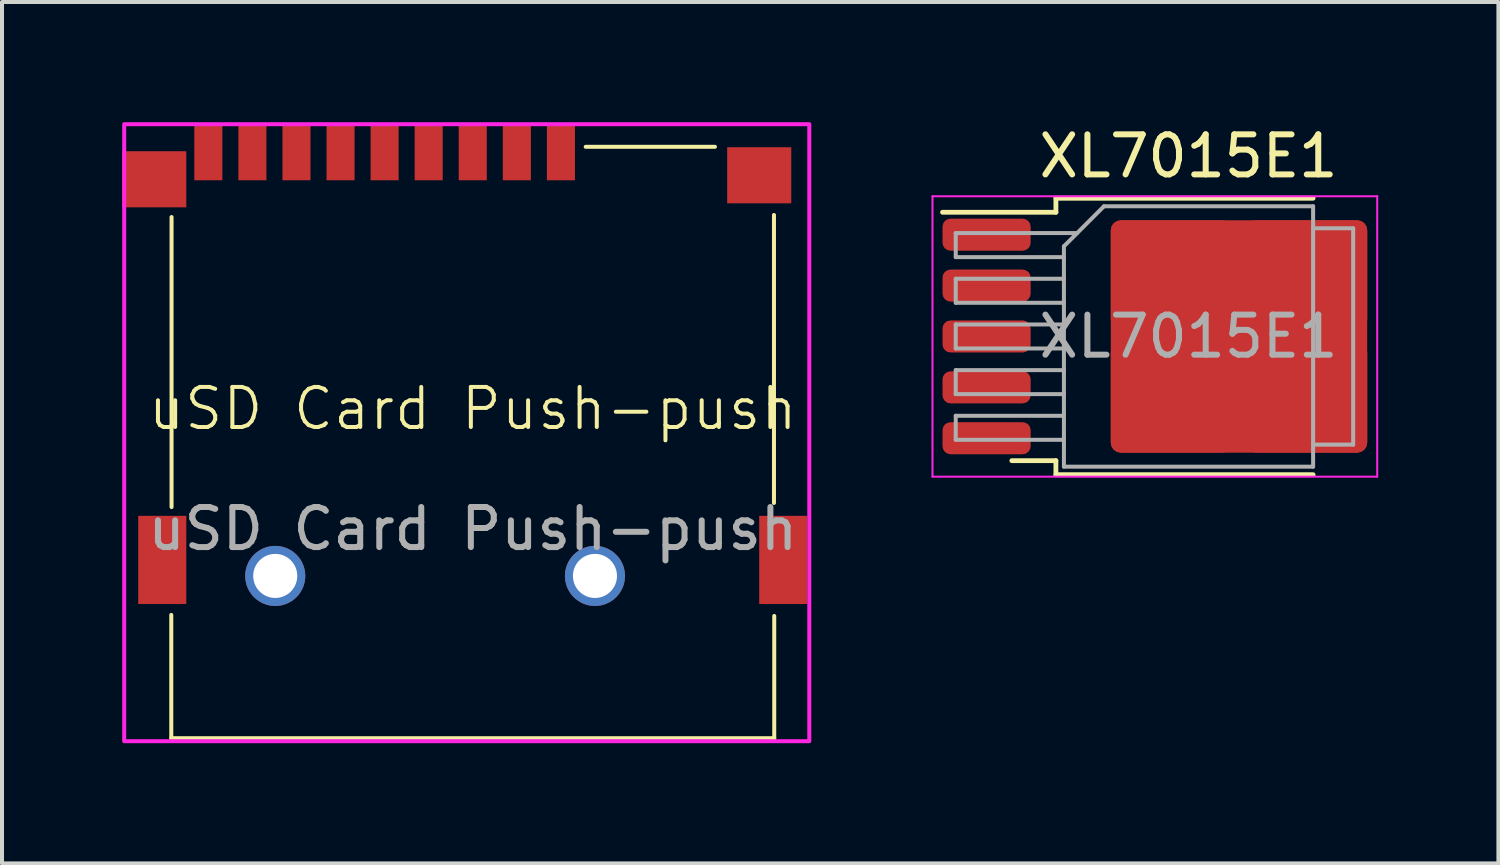
<source format=kicad_pcb>
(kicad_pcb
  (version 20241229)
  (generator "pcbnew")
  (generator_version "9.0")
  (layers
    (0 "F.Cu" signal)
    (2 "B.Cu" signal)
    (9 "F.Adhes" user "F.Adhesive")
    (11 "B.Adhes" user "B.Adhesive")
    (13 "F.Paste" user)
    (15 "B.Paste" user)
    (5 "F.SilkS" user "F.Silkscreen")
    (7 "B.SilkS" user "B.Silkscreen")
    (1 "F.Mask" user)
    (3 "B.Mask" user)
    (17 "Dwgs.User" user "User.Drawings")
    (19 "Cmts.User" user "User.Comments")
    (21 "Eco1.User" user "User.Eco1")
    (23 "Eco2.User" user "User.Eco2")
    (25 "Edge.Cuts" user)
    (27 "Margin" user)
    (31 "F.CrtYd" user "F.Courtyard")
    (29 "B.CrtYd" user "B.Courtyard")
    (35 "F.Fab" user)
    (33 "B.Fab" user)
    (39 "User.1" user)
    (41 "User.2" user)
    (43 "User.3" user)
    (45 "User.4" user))
  (footprint "XL7015E1"
    (layer "F.Cu")
    (at 26.615 5.348)
    (property "Reference" "XL7015E1" (at 0 -4.5 0) (layer "F.SilkS") (effects (font (size 1 1) (thickness 0.15))))
    (attr smd)
    (fp_line (start -3.31 -3.45) (end -3.31 -3.1) (stroke (width 0.12) (type solid)) (layer "F.SilkS"))
    (fp_line (start -3.31 -3.1) (end -6.14 -3.1) (stroke (width 0.12) (type solid)) (layer "F.SilkS"))
    (fp_line (start -3.31 3.1) (end -4.41 3.1) (stroke (width 0.12) (type solid)) (layer "F.SilkS"))
    (fp_line (start -3.31 3.45) (end -3.31 3.1) (stroke (width 0.12) (type solid)) (layer "F.SilkS"))
    (fp_line (start 3.11 -3.45) (end -3.31 -3.45) (stroke (width 0.12) (type solid)) (layer "F.SilkS"))
    (fp_line (start 3.11 3.45) (end -3.31 3.45) (stroke (width 0.12) (type solid)) (layer "F.SilkS"))
    (fp_line (start -6.39 -3.5) (end -6.39 3.5) (stroke (width 0.05) (type solid)) (layer "F.CrtYd"))
    (fp_line (start -6.39 3.5) (end 4.71 3.5) (stroke (width 0.05) (type solid)) (layer "F.CrtYd"))
    (fp_line (start 4.71 -3.5) (end -6.39 -3.5) (stroke (width 0.05) (type solid)) (layer "F.CrtYd"))
    (fp_line (start 4.71 3.5) (end 4.71 -3.5) (stroke (width 0.05) (type solid)) (layer "F.CrtYd"))
    (fp_line (start -5.81 -2.58) (end -5.81 -1.98) (stroke (width 0.1) (type solid)) (layer "F.Fab"))
    (fp_line (start -5.81 -1.98) (end -3.11 -1.98) (stroke (width 0.1) (type solid)) (layer "F.Fab"))
    (fp_line (start -5.81 -1.44) (end -5.81 -0.84) (stroke (width 0.1) (type solid)) (layer "F.Fab"))
    (fp_line (start -5.81 -0.84) (end -3.11 -0.84) (stroke (width 0.1) (type solid)) (layer "F.Fab"))
    (fp_line (start -5.81 -0.3) (end -5.81 0.3) (stroke (width 0.1) (type solid)) (layer "F.Fab"))
    (fp_line (start -5.81 0.3) (end -3.11 0.3) (stroke (width 0.1) (type solid)) (layer "F.Fab"))
    (fp_line (start -5.81 0.84) (end -5.81 1.44) (stroke (width 0.1) (type solid)) (layer "F.Fab"))
    (fp_line (start -5.81 1.44) (end -3.11 1.44) (stroke (width 0.1) (type solid)) (layer "F.Fab"))
    (fp_line (start -5.81 1.98) (end -5.81 2.58) (stroke (width 0.1) (type solid)) (layer "F.Fab"))
    (fp_line (start -5.81 2.58) (end -3.11 2.58) (stroke (width 0.1) (type solid)) (layer "F.Fab"))
    (fp_line (start -3.11 -2.25) (end -2.11 -3.25) (stroke (width 0.1) (type solid)) (layer "F.Fab"))
    (fp_line (start -3.11 -1.44) (end -5.81 -1.44) (stroke (width 0.1) (type solid)) (layer "F.Fab"))
    (fp_line (start -3.11 -0.3) (end -5.81 -0.3) (stroke (width 0.1) (type solid)) (layer "F.Fab"))
    (fp_line (start -3.11 0.84) (end -5.81 0.84) (stroke (width 0.1) (type solid)) (layer "F.Fab"))
    (fp_line (start -3.11 1.98) (end -5.81 1.98) (stroke (width 0.1) (type solid)) (layer "F.Fab"))
    (fp_line (start -3.11 3.25) (end -3.11 -2.25) (stroke (width 0.1) (type solid)) (layer "F.Fab"))
    (fp_line (start -2.78 -2.58) (end -5.81 -2.58) (stroke (width 0.1) (type solid)) (layer "F.Fab"))
    (fp_line (start -2.11 -3.25) (end 3.11 -3.25) (stroke (width 0.1) (type solid)) (layer "F.Fab"))
    (fp_line (start 3.11 -3.25) (end 3.11 3.25) (stroke (width 0.1) (type solid)) (layer "F.Fab"))
    (fp_line (start 3.11 -2.7) (end 4.11 -2.7) (stroke (width 0.1) (type solid)) (layer "F.Fab"))
    (fp_line (start 3.11 3.25) (end -3.11 3.25) (stroke (width 0.1) (type solid)) (layer "F.Fab"))
    (fp_line (start 4.11 -2.7) (end 4.11 2.7) (stroke (width 0.1) (type solid)) (layer "F.Fab"))
    (fp_line (start 4.11 2.7) (end 3.11 2.7) (stroke (width 0.1) (type solid)) (layer "F.Fab"))
    (fp_text user "${REFERENCE}" (at 0 0 0) (layer "F.Fab") (effects (font (size 1 1) (thickness 0.15))))
    (pad "1" smd roundrect (at -5.04 -2.54) (size 2.2 0.8) (layers "F.Cu" "F.Mask" "F.Paste") (roundrect_rratio 0.25))
    (pad "2" smd roundrect (at -5.04 -1.27) (size 2.2 0.8) (layers "F.Cu" "F.Mask" "F.Paste") (roundrect_rratio 0.25))
    (pad "3" smd roundrect (at -5.04 0) (size 2.2 0.8) (layers "F.Cu" "F.Mask" "F.Paste") (roundrect_rratio 0.25))
    (pad "4" smd roundrect (at -5.04 1.27) (size 2.2 0.8) (layers "F.Cu" "F.Mask" "F.Paste") (roundrect_rratio 0.25))
    (pad "5" smd roundrect (at -5.04 2.54) (size 2.2 0.8) (layers "F.Cu" "F.Mask" "F.Paste") (roundrect_rratio 0.25))
    (pad "6" smd roundrect (at -0.415 -1.525) (size 3.05 2.75) (layers "F.Cu" "F.Paste") (roundrect_rratio 0.091))
    (pad "6" smd roundrect (at -0.415 1.525) (size 3.05 2.75) (layers "F.Cu" "F.Paste") (roundrect_rratio 0.091))
    (pad "6" smd roundrect (at 1.26 0) (size 6.4 5.8) (layers "F.Cu" "F.Mask") (roundrect_rratio 0.043))
    (pad "6" smd roundrect (at 2.935 -1.525) (size 3.05 2.75) (layers "F.Cu" "F.Paste") (roundrect_rratio 0.091))
    (pad "6" smd roundrect (at 2.935 1.525) (size 3.05 2.75) (layers "F.Cu" "F.Paste") (roundrect_rratio 0.091)))
  (footprint "uSD Card Push-push"
    (layer "F.Cu")
    (at 8.75 7.65)
    (property "Reference" "uSD Card Push-push" (at 0 -0.5 0) (unlocked yes) (layer "F.SilkS") (effects (font (size 1 1) (thickness 0.1))))
    (fp_line (start -7.525 7.725) (end -7.525 4.648) (stroke (width 0.1) (type default)) (layer "F.SilkS"))
    (fp_line (start -7.518 1.956) (end -7.518 -5.283) (stroke (width 0.1) (type default)) (layer "F.SilkS"))
    (fp_line (start 2.819 -7.036) (end 6.045 -7.036) (stroke (width 0.1) (type default)) (layer "F.SilkS"))
    (fp_line (start 7.518 -5.334) (end 7.518 1.854) (stroke (width 0.1) (type default)) (layer "F.SilkS"))
    (fp_line (start 7.525 4.674) (end 7.525 7.725) (stroke (width 0.1) (type default)) (layer "F.SilkS"))
    (fp_line (start 7.525 7.725) (end -7.525 7.725) (stroke (width 0.1) (type default)) (layer "F.SilkS"))
    (fp_rect (start -8.7 -7.6) (end 8.4 7.8) (stroke (width 0.1) (type default)) (fill no) (layer "F.CrtYd"))
    (fp_text user "${REFERENCE}" (at 0 2.5 0) (unlocked yes) (layer "F.Fab") (effects (font (size 1 1) (thickness 0.15))))
    (pad "" thru_hole circle (at -4.93 3.675) (size 1.5 1.5) (drill 1.1) (layers "*.Cu" "*.Mask"))
    (pad "" thru_hole circle (at 3.05 3.675) (size 1.5 1.5) (drill 1.1) (layers "*.Cu" "*.Mask"))
    (pad "1" smd rect (at 2.2 -6.9) (size 0.7 1.4) (layers "F.Cu" "F.Mask" "F.Paste"))
    (pad "2" smd rect (at 1.1 -6.9) (size 0.7 1.4) (layers "F.Cu" "F.Mask" "F.Paste"))
    (pad "3" smd rect (at 0 -6.9) (size 0.7 1.4) (layers "F.Cu" "F.Mask" "F.Paste"))
    (pad "4" smd rect (at -1.1 -6.9) (size 0.7 1.4) (layers "F.Cu" "F.Mask" "F.Paste"))
    (pad "5" smd rect (at -2.2 -6.9) (size 0.7 1.4) (layers "F.Cu" "F.Mask" "F.Paste"))
    (pad "6" smd rect (at -3.3 -6.9) (size 0.7 1.4) (layers "F.Cu" "F.Mask" "F.Paste"))
    (pad "7" smd rect (at -4.4 -6.9) (size 0.7 1.4) (layers "F.Cu" "F.Mask" "F.Paste"))
    (pad "8" smd rect (at -5.5 -6.9) (size 0.7 1.4) (layers "F.Cu" "F.Mask" "F.Paste"))
    (pad "CD" smd rect (at -6.6 -6.9) (size 0.7 1.4) (layers "F.Cu" "F.Mask" "F.Paste"))
    (pad "G" smd rect (at -7.95 -6.225) (size 1.6 1.4) (layers "F.Cu" "F.Mask" "F.Paste"))
    (pad "G" smd rect (at -7.75 3.275) (size 1.2 2.2) (layers "F.Cu" "F.Mask" "F.Paste"))
    (pad "G" smd rect (at 7.15 -6.325) (size 1.6 1.4) (layers "F.Cu" "F.Mask" "F.Paste"))
    (pad "G" smd rect (at 7.75 3.275) (size 1.2 2.2) (layers "F.Cu" "F.Mask" "F.Paste")))
  (gr_rect
    (start -3 -3)
    (end 34.35 18.5)
    (stroke (width 0.1) (type default))
    (fill no)
    (layer "Edge.Cuts")))
</source>
